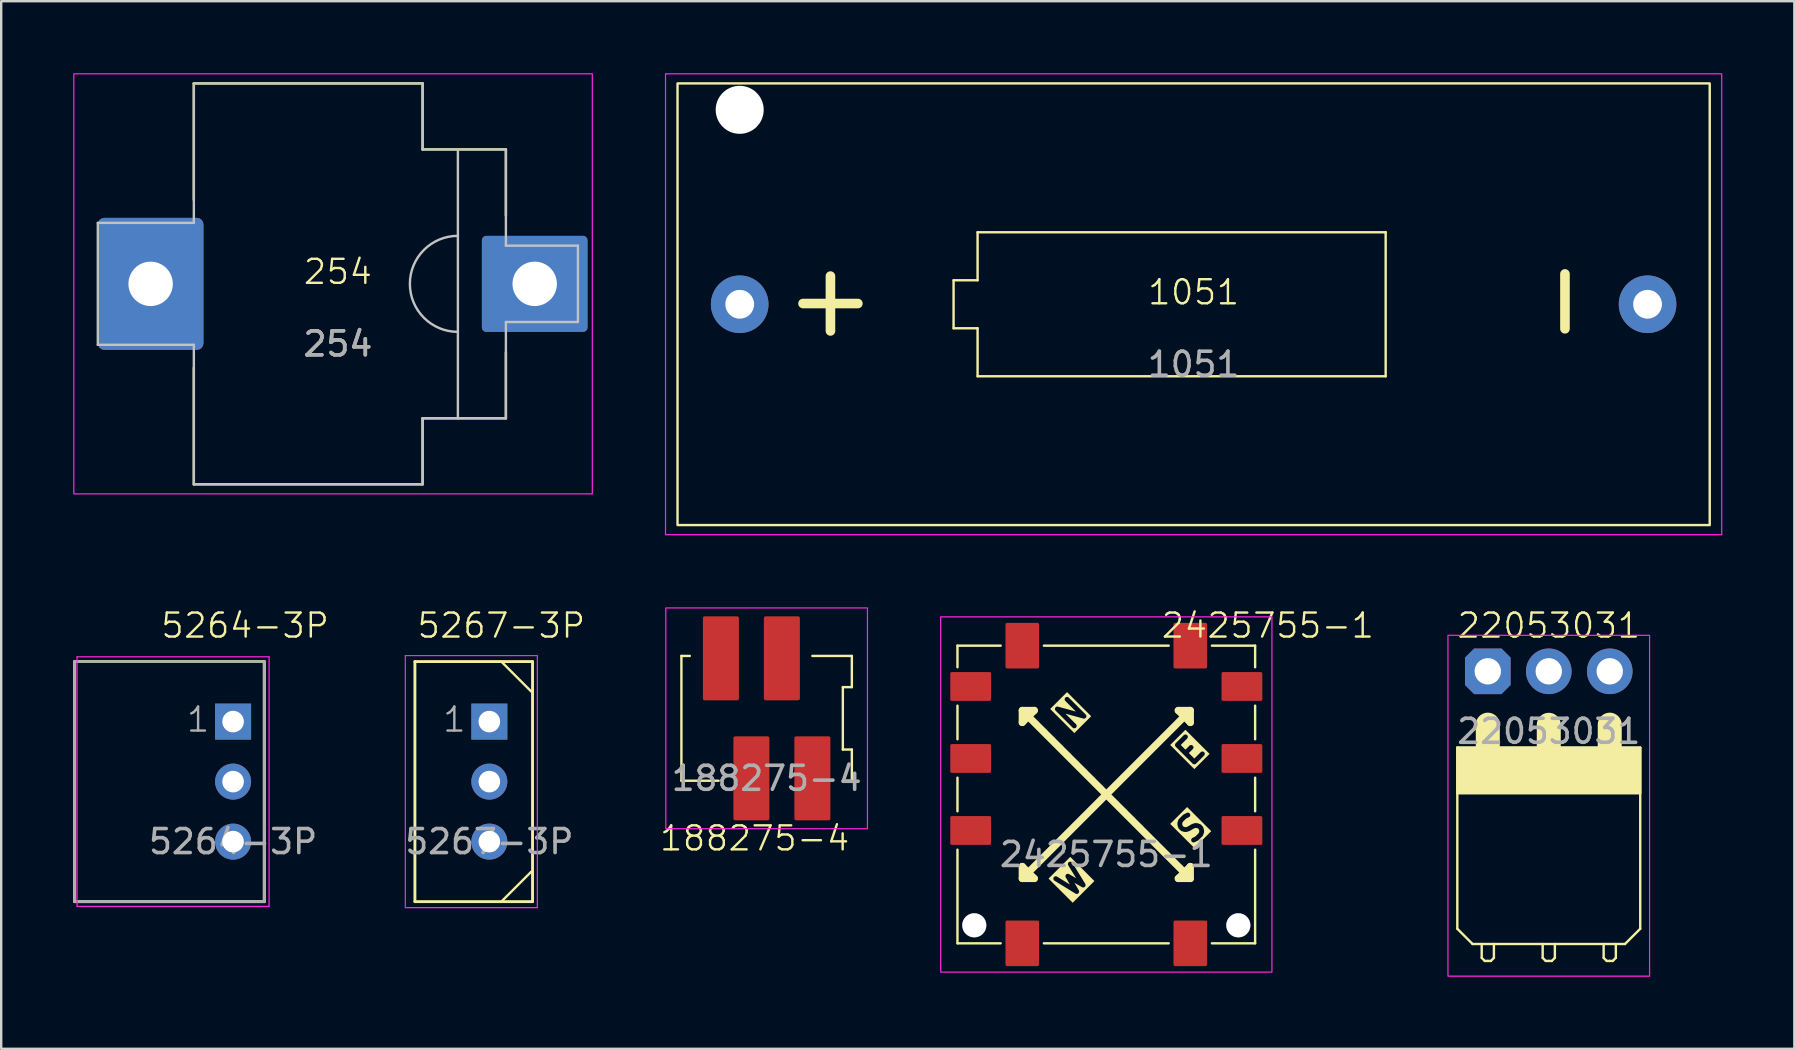
<source format=kicad_pcb>
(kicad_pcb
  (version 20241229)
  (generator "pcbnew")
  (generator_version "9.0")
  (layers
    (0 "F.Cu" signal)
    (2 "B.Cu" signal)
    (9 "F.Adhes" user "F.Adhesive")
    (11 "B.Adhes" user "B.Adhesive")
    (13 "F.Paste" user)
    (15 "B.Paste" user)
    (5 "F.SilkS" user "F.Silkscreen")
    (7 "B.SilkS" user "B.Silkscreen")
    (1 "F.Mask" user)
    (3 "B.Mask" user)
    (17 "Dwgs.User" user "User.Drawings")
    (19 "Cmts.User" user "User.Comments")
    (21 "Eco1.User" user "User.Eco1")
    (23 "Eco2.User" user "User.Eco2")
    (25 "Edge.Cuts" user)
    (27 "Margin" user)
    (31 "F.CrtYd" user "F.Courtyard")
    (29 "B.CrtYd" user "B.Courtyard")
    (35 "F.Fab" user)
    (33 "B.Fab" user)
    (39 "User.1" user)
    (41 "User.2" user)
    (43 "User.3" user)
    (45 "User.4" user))
  (footprint "5267-3P"
    (layer "F.Cu")
    (at 17.335 29.511)
    (property "Reference" "5267-3P" (at 0.5 -6.5 0) (unlocked yes) (layer "F.SilkS") (effects (font (size 1 1) (thickness 0.1))))
    (attr through_hole)
    (fp_line (start -3.1 -5) (end -3.1 5) (stroke (width 0.12) (type solid)) (layer "F.SilkS"))
    (fp_line (start -3.1 -5) (end 1.8 -5) (stroke (width 0.12) (type solid)) (layer "F.SilkS"))
    (fp_line (start -3.1 5) (end 1.8 5) (stroke (width 0.12) (type solid)) (layer "F.SilkS"))
    (fp_line (start 0.5 -5) (end 1.75 -3.75) (stroke (width 0.1) (type default)) (layer "F.SilkS"))
    (fp_line (start 0.5 5) (end 1.75 3.75) (stroke (width 0.1) (type default)) (layer "F.SilkS"))
    (fp_line (start 1.8 -5) (end 1.8 5) (stroke (width 0.12) (type solid)) (layer "F.SilkS"))
    (fp_line (start -3.5 -5.25) (end -3.5 5.25) (stroke (width 0.05) (type solid)) (layer "F.CrtYd"))
    (fp_line (start -3.5 5.25) (end 2 5.25) (stroke (width 0.05) (type solid)) (layer "F.CrtYd"))
    (fp_line (start 2 -5.25) (end -3.5 -5.25) (stroke (width 0.05) (type solid)) (layer "F.CrtYd"))
    (fp_line (start 2 -5.25) (end 2 5.25) (stroke (width 0.05) (type solid)) (layer "F.CrtYd"))
    (fp_text user "${REFERENCE}" (at 0 2.5 0) (unlocked yes) (layer "F.Fab") (effects (font (size 1 1) (thickness 0.15))))
    (fp_text user "1" (at -2 -2 0) (unlocked yes) (layer "F.Fab") (effects (font (size 1 1) (thickness 0.1)) (justify left bottom)))
    (pad "1" thru_hole rect (at 0 -2.5) (size 1.5 1.5) (drill 0.9) (layers "*.Cu" "*.Mask"))
    (pad "2" thru_hole oval (at 0 0) (size 1.5 1.5) (drill 0.9) (layers "*.Cu" "*.Mask"))
    (pad "3" thru_hole oval (at 0 2.5) (size 1.5 1.5) (drill 0.9) (layers "*.Cu" "*.Mask")))
  (footprint "1051"
    (layer "F.Cu")
    (at 46.675 9.625)
    (property "Reference" "1051" (at 0 -0.5 0) (unlocked yes) (layer "F.SilkS") (effects (font (size 1 1) (thickness 0.1))))
    (attr through_hole)
    (fp_line (start -10 -1) (end -9 -1) (stroke (width 0.1) (type default)) (layer "F.SilkS"))
    (fp_line (start -10 1) (end -10 -1) (stroke (width 0.1) (type default)) (layer "F.SilkS"))
    (fp_line (start -9 -3) (end 8 -3) (stroke (width 0.1) (type default)) (layer "F.SilkS"))
    (fp_line (start -9 -1) (end -9 -3) (stroke (width 0.1) (type default)) (layer "F.SilkS"))
    (fp_line (start -9 1) (end -10 1) (stroke (width 0.1) (type default)) (layer "F.SilkS"))
    (fp_line (start -9 3) (end -9 1) (stroke (width 0.1) (type default)) (layer "F.SilkS"))
    (fp_line (start 8 -3) (end 8 3) (stroke (width 0.1) (type default)) (layer "F.SilkS"))
    (fp_line (start 8 3) (end -9 3) (stroke (width 0.1) (type default)) (layer "F.SilkS"))
    (fp_rect (start -21.5 -9.2) (end 21.5 9.2) (stroke (width 0.1) (type default)) (fill no) (layer "F.SilkS"))
    (fp_rect (start -22 -9.6) (end 22 9.6) (stroke (width 0.05) (type default)) (fill no) (layer "F.CrtYd"))
    (fp_text user "-" (at 17 2 90) (unlocked yes) (layer "F.SilkS") (effects (font (size 3 3) (thickness 0.4)) (justify left bottom)))
    (fp_text user "+" (at -17.25 1.5 0) (unlocked yes) (layer "F.SilkS") (effects (font (size 3 3) (thickness 0.4)) (justify left bottom)))
    (fp_text user "${REFERENCE}" (at 0 2.5 0) (unlocked yes) (layer "F.Fab") (effects (font (size 1 1) (thickness 0.15))))
    (pad "" np_thru_hole circle (at -18.91 -8.1) (size 2 2) (drill 2) (layers "*.Cu" "*.Mask"))
    (pad "+" thru_hole circle (at -18.91 0) (size 2.4 2.4) (drill 1.2) (layers "*.Cu" "*.Mask"))
    (pad "-" thru_hole circle (at 18.91 0) (size 2.4 2.4) (drill 1.2) (layers "*.Cu" "*.Mask")))
  (footprint "5264-3P"
    (layer "F.Cu")
    (at 6.66 29.511)
    (property "Reference" "5264-3P" (at 0.5 -6.5 0) (unlocked yes) (layer "F.SilkS") (effects (font (size 1 1) (thickness 0.1))))
    (attr through_hole)
    (fp_line (start -6.6 -5) (end -6.6 5) (stroke (width 0.12) (type solid)) (layer "F.SilkS"))
    (fp_line (start -6.6 -5) (end 1.3 -5) (stroke (width 0.12) (type solid)) (layer "F.SilkS"))
    (fp_line (start -6.6 5) (end 1.3 5) (stroke (width 0.12) (type solid)) (layer "F.SilkS"))
    (fp_line (start 1.3 -5) (end 1.3 5) (stroke (width 0.12) (type solid)) (layer "F.SilkS"))
    (fp_line (start -6.5 -5.2) (end -6.5 5.2) (stroke (width 0.05) (type solid)) (layer "F.CrtYd"))
    (fp_line (start -6.5 5.2) (end 1.5 5.2) (stroke (width 0.05) (type solid)) (layer "F.CrtYd"))
    (fp_line (start 1.5 -5.2) (end -6.5 -5.2) (stroke (width 0.05) (type solid)) (layer "F.CrtYd"))
    (fp_line (start 1.5 -5.2) (end 1.5 5.2) (stroke (width 0.05) (type solid)) (layer "F.CrtYd"))
    (fp_line (start -6.6 -5) (end -6.6 5) (stroke (width 0.12) (type solid)) (layer "F.Fab"))
    (fp_line (start -6.6 -5) (end 1.2 -5) (stroke (width 0.12) (type solid)) (layer "F.Fab"))
    (fp_line (start -6.6 5) (end 1.3 5) (stroke (width 0.12) (type solid)) (layer "F.Fab"))
    (fp_line (start 1.3 -5) (end 1.3 5) (stroke (width 0.12) (type solid)) (layer "F.Fab"))
    (fp_text user "${REFERENCE}" (at 0 2.5 0) (unlocked yes) (layer "F.Fab") (effects (font (size 1 1) (thickness 0.15))))
    (fp_text user "1" (at -2 -2 0) (unlocked yes) (layer "F.Fab") (effects (font (size 1 1) (thickness 0.1)) (justify left bottom)))
    (pad "1" thru_hole rect (at 0 -2.5) (size 1.5 1.5) (drill 0.9) (layers "*.Cu" "*.Mask"))
    (pad "2" thru_hole oval (at 0 0) (size 1.5 1.5) (drill 0.9) (layers "*.Cu" "*.Mask"))
    (pad "3" thru_hole oval (at 0 2.5) (size 1.5 1.5) (drill 0.9) (layers "*.Cu" "*.Mask")))
  (footprint "22053031"
    (layer "F.Cu")
    (at 61.47 24.916)
    (property "Reference" "22053031" (at 0 -1.905 0) (unlocked yes) (layer "F.SilkS") (effects (font (size 1 1) (thickness 0.1))))
    (attr through_hole)
    (fp_line (start -3.81 10.725) (end -3.81 3.18) (stroke (width 0.1) (type default)) (layer "F.SilkS"))
    (fp_line (start -3.81 10.725) (end -3.175 11.36) (stroke (width 0.1) (type default)) (layer "F.SilkS"))
    (fp_line (start -3.175 11.36) (end 3.175 11.36) (stroke (width 0.1) (type default)) (layer "F.SilkS"))
    (fp_line (start -2.794 11.938) (end -2.794 11.36) (stroke (width 0.1) (type default)) (layer "F.SilkS"))
    (fp_line (start -2.667 12.065) (end -2.794 11.938) (stroke (width 0.1) (type default)) (layer "F.SilkS"))
    (fp_line (start -2.54 3.175) (end -2.54 2.223) (stroke (width 1) (type default)) (layer "F.SilkS"))
    (fp_line (start -2.54 12.065) (end -2.667 12.065) (stroke (width 0.1) (type default)) (layer "F.SilkS"))
    (fp_line (start -2.54 12.065) (end -2.413 12.065) (stroke (width 0.1) (type default)) (layer "F.SilkS"))
    (fp_line (start -2.413 12.065) (end -2.286 11.938) (stroke (width 0.1) (type default)) (layer "F.SilkS"))
    (fp_line (start -2.286 11.938) (end -2.286 11.36) (stroke (width 0.1) (type default)) (layer "F.SilkS"))
    (fp_line (start -0.254 11.938) (end -0.254 11.36) (stroke (width 0.1) (type default)) (layer "F.SilkS"))
    (fp_line (start -0.127 12.065) (end -0.254 11.938) (stroke (width 0.1) (type default)) (layer "F.SilkS"))
    (fp_line (start 0 3.18) (end 0 2.228) (stroke (width 1) (type default)) (layer "F.SilkS"))
    (fp_line (start 0 12.065) (end -0.127 12.065) (stroke (width 0.1) (type default)) (layer "F.SilkS"))
    (fp_line (start 0 12.065) (end 0.127 12.065) (stroke (width 0.1) (type default)) (layer "F.SilkS"))
    (fp_line (start 0.127 12.065) (end 0.254 11.938) (stroke (width 0.1) (type default)) (layer "F.SilkS"))
    (fp_line (start 0.254 11.938) (end 0.254 11.36) (stroke (width 0.1) (type default)) (layer "F.SilkS"))
    (fp_line (start 2.286 11.938) (end 2.286 11.36) (stroke (width 0.1) (type default)) (layer "F.SilkS"))
    (fp_line (start 2.413 12.065) (end 2.286 11.938) (stroke (width 0.1) (type default)) (layer "F.SilkS"))
    (fp_line (start 2.54 3.175) (end 2.54 2.223) (stroke (width 1) (type default)) (layer "F.SilkS"))
    (fp_line (start 2.54 12.065) (end 2.413 12.065) (stroke (width 0.1) (type default)) (layer "F.SilkS"))
    (fp_line (start 2.54 12.065) (end 2.667 12.065) (stroke (width 0.1) (type default)) (layer "F.SilkS"))
    (fp_line (start 2.667 12.065) (end 2.794 11.938) (stroke (width 0.1) (type default)) (layer "F.SilkS"))
    (fp_line (start 2.794 11.938) (end 2.794 11.36) (stroke (width 0.1) (type default)) (layer "F.SilkS"))
    (fp_line (start 3.81 3.18) (end -3.81 3.18) (stroke (width 0.1) (type default)) (layer "F.SilkS"))
    (fp_line (start 3.81 10.725) (end 3.175 11.36) (stroke (width 0.1) (type default)) (layer "F.SilkS"))
    (fp_line (start 3.81 10.725) (end 3.81 3.18) (stroke (width 0.1) (type default)) (layer "F.SilkS"))
    (fp_rect (start -3.81 3.18) (end 3.81 5.08) (stroke (width 0.1) (type default)) (fill yes) (layer "F.SilkS"))
    (fp_rect (start -4.2 -1.5) (end 4.2 12.7) (stroke (width 0.05) (type default)) (fill no) (layer "F.CrtYd"))
    (fp_text user "${REFERENCE}" (at 0 2.5 0) (unlocked yes) (layer "F.Fab") (effects (font (size 1 1) (thickness 0.15))))
    (pad "1" thru_hole roundrect (at -2.54 0) (size 1.9 1.9) (drill 1.1) (layers "*.Cu" "*.Mask") (roundrect_rratio 0.25) (chamfer_ratio 0.2) (chamfer top_left top_right bottom_left bottom_right))
    (pad "2" thru_hole circle (at 0 0) (size 1.9 1.9) (drill 1.1) (layers "*.Cu" "*.Mask"))
    (pad "3" thru_hole circle (at 2.54 0) (size 1.9 1.9) (drill 1.1) (layers "*.Cu" "*.Mask")))
  (footprint "2425755-1"
    (layer "F.Cu")
    (at 43.037 30.047)
    (property "Reference" "2425755-1" (at 6.729 -7.037 0) (unlocked yes) (layer "F.SilkS") (effects (font (size 1 1) (thickness 0.1))))
    (attr smd)
    (fp_line (start -6.2 -6.2) (end -6.2 -5.3) (stroke (width 0.1) (type default)) (layer "F.SilkS"))
    (fp_line (start -6.2 -3.7) (end -6.2 -2.3) (stroke (width 0.1) (type default)) (layer "F.SilkS"))
    (fp_line (start -6.2 0.7) (end -6.2 -0.7) (stroke (width 0.1) (type default)) (layer "F.SilkS"))
    (fp_line (start -6.2 6.2) (end -6.2 2.3) (stroke (width 0.1) (type default)) (layer "F.SilkS"))
    (fp_line (start -4.4 -6.2) (end -6.2 -6.2) (stroke (width 0.1) (type default)) (layer "F.SilkS"))
    (fp_line (start -4.4 6.2) (end -6.2 6.2) (stroke (width 0.1) (type default)) (layer "F.SilkS"))
    (fp_line (start -3.5 -3.5) (end -3 -3.5) (stroke (width 0.3) (type default)) (layer "F.SilkS"))
    (fp_line (start -3.5 -3) (end -3.5 -3.5) (stroke (width 0.3) (type default)) (layer "F.SilkS"))
    (fp_line (start -3.5 3) (end -3 3.5) (stroke (width 0.3) (type default)) (layer "F.SilkS"))
    (fp_line (start -3.5 3.5) (end -3.5 3) (stroke (width 0.3) (type default)) (layer "F.SilkS"))
    (fp_line (start -3 -3.5) (end -3.5 -3) (stroke (width 0.3) (type default)) (layer "F.SilkS"))
    (fp_line (start -3 3.5) (end -3.5 3.5) (stroke (width 0.3) (type default)) (layer "F.SilkS"))
    (fp_line (start -2.6 -6.2) (end 2.6 -6.2) (stroke (width 0.1) (type default)) (layer "F.SilkS"))
    (fp_line (start -2.6 6.2) (end 2.6 6.2) (stroke (width 0.1) (type default)) (layer "F.SilkS"))
    (fp_line (start 0 0) (end -3.25 -3.25) (stroke (width 0.3) (type default)) (layer "F.SilkS"))
    (fp_line (start 0 0) (end -3.25 3.25) (stroke (width 0.3) (type default)) (layer "F.SilkS"))
    (fp_line (start 0 0) (end 3.25 -3.25) (stroke (width 0.3) (type default)) (layer "F.SilkS"))
    (fp_line (start 0 0) (end 3.25 3.25) (stroke (width 0.3) (type default)) (layer "F.SilkS"))
    (fp_line (start 3 -3.5) (end 3.5 -3.5) (stroke (width 0.3) (type default)) (layer "F.SilkS"))
    (fp_line (start 3 3.5) (end 3.5 3) (stroke (width 0.3) (type default)) (layer "F.SilkS"))
    (fp_line (start 3.5 -3.5) (end 3.5 -3) (stroke (width 0.3) (type default)) (layer "F.SilkS"))
    (fp_line (start 3.5 -3) (end 3 -3.5) (stroke (width 0.3) (type default)) (layer "F.SilkS"))
    (fp_line (start 3.5 3) (end 3.5 3.5) (stroke (width 0.3) (type default)) (layer "F.SilkS"))
    (fp_line (start 3.5 3.5) (end 3 3.5) (stroke (width 0.3) (type default)) (layer "F.SilkS"))
    (fp_line (start 4.4 -6.2) (end 6.2 -6.2) (stroke (width 0.1) (type default)) (layer "F.SilkS"))
    (fp_line (start 4.4 6.2) (end 6.2 6.2) (stroke (width 0.1) (type default)) (layer "F.SilkS"))
    (fp_line (start 6.2 -6.2) (end 6.2 -5.3) (stroke (width 0.1) (type default)) (layer "F.SilkS"))
    (fp_line (start 6.2 -3.7) (end 6.2 -2.3) (stroke (width 0.1) (type default)) (layer "F.SilkS"))
    (fp_line (start 6.2 0.7) (end 6.2 -0.7) (stroke (width 0.1) (type default)) (layer "F.SilkS"))
    (fp_line (start 6.2 6.2) (end 6.2 2.3) (stroke (width 0.1) (type default)) (layer "F.SilkS"))
    (fp_rect (start -6.9 -7.4) (end 6.9 7.4) (stroke (width 0.05) (type default)) (fill no) (layer "F.CrtYd"))
    (fp_text user "S" (at 3.5 0.5 225) (unlocked yes) (layer "F.SilkS" knockout) (effects (font (size 1 1) (thickness 0.2) (bold yes)) (justify left bottom)))
    (fp_text user "W" (at -1.5 4.5 45) (unlocked yes) (layer "F.SilkS" knockout) (effects (font (size 1 1) (thickness 0.2) (bold yes)) (justify left bottom)))
    (fp_text user "N" (at -1.5 -2.5 45) (unlocked yes) (layer "F.SilkS" knockout) (effects (font (size 1 1) (thickness 0.2) (bold yes)) (justify left bottom)))
    (fp_text user "E" (at 3.5 -1 45) (unlocked yes) (layer "F.SilkS" knockout) (effects (font (size 1 1) (thickness 0.2) (bold yes)) (justify left bottom)))
    (fp_text user "${REFERENCE}" (at 0 2.5 0) (unlocked yes) (layer "F.Fab") (effects (font (size 1 1) (thickness 0.15))))
    (pad "1" smd roundrect (at -5.65 -4.5) (size 1.7 1.2) (layers "F.Cu" "F.Mask" "F.Paste") (roundrect_rratio 0.05))
    (pad "2" smd roundrect (at -5.65 -1.5) (size 1.7 1.2) (layers "F.Cu" "F.Mask" "F.Paste") (roundrect_rratio 0.05))
    (pad "3" smd roundrect (at -5.65 1.5 180) (size 1.7 1.2) (layers "F.Cu" "F.Mask" "F.Paste") (roundrect_rratio 0.05))
    (pad "4" smd roundrect (at 5.65 1.5 180) (size 1.7 1.2) (layers "F.Cu" "F.Mask" "F.Paste") (roundrect_rratio 0.05))
    (pad "5" smd roundrect (at 5.65 -1.5 180) (size 1.7 1.2) (layers "F.Cu" "F.Mask" "F.Paste") (roundrect_rratio 0.05))
    (pad "6" smd roundrect (at 5.65 -4.5) (size 1.7 1.2) (layers "F.Cu" "F.Mask" "F.Paste") (roundrect_rratio 0.05))
    (pad "NC" smd roundrect (at -3.5 -6.2) (size 1.4 1.9) (layers "F.Cu" "F.Mask" "F.Paste") (roundrect_rratio 0.05))
    (pad "NC" smd roundrect (at -3.5 6.2 180) (size 1.4 1.9) (layers "F.Cu" "F.Mask" "F.Paste") (roundrect_rratio 0.05))
    (pad "NC" smd roundrect (at 3.5 -6.2) (size 1.4 1.9) (layers "F.Cu" "F.Mask" "F.Paste") (roundrect_rratio 0.05))
    (pad "NC" smd roundrect (at 3.5 6.2 180) (size 1.4 1.9) (layers "F.Cu" "F.Mask" "F.Paste") (roundrect_rratio 0.05))
    (pad "SHIELD" thru_hole circle (at -5.5 5.45 180) (size 1.01 1.01) (drill 1) (layers "*.Cu"))
    (pad "SHIELD" thru_hole circle (at 5.5 5.45 180) (size 1.01 1.01) (drill 1) (layers "*.Cu")))
  (footprint "254"
    (layer "F.Cu")
    (at 11.025 8.775)
    (property "Reference" "254" (at 0 -0.5 0) (unlocked yes) (layer "F.SilkS") (effects (font (size 1 1) (thickness 0.1))))
    (attr smd)
    (fp_line (start -6 -3.5) (end -6 -8.35) (stroke (width 0.1) (type default)) (layer "F.SilkS"))
    (fp_line (start -6 3.5) (end -6 8.35) (stroke (width 0.1) (type default)) (layer "F.SilkS"))
    (fp_line (start 3.53 -8.35) (end -6 -8.35) (stroke (width 0.1) (type default)) (layer "F.SilkS"))
    (fp_line (start 3.53 -5.6) (end 3.53 -8.35) (stroke (width 0.1) (type default)) (layer "F.SilkS"))
    (fp_line (start 3.53 8.35) (end -6 8.35) (stroke (width 0.1) (type default)) (layer "F.SilkS"))
    (fp_line (start 3.53 8.35) (end 3.53 5.6) (stroke (width 0.1) (type default)) (layer "F.SilkS"))
    (fp_line (start 7 -5.6) (end 3.53 -5.6) (stroke (width 0.1) (type default)) (layer "F.SilkS"))
    (fp_line (start 7 -2.85) (end 7 -5.6) (stroke (width 0.1) (type default)) (layer "F.SilkS"))
    (fp_line (start 7 2.85) (end 7 5.6) (stroke (width 0.1) (type default)) (layer "F.SilkS"))
    (fp_line (start 7 5.6) (end 3.53 5.6) (stroke (width 0.1) (type default)) (layer "F.SilkS"))
    (fp_line (start -10 -2.54) (end -10 2.54) (stroke (width 0.1) (type default)) (layer "Dwgs.User"))
    (fp_line (start -10 -2.54) (end -6 -2.54) (stroke (width 0.1) (type default)) (layer "Dwgs.User"))
    (fp_line (start -6 -8.35) (end -6 -2.54) (stroke (width 0.1) (type default)) (layer "Dwgs.User"))
    (fp_line (start -6 2.54) (end -10 2.54) (stroke (width 0.1) (type default)) (layer "Dwgs.User"))
    (fp_line (start -6 8.35) (end -6 2.54) (stroke (width 0.1) (type default)) (layer "Dwgs.User"))
    (fp_line (start 3.53 -8.35) (end -6 -8.35) (stroke (width 0.1) (type default)) (layer "Dwgs.User"))
    (fp_line (start 3.53 -5.6) (end 3.53 -8.35) (stroke (width 0.1) (type default)) (layer "Dwgs.User"))
    (fp_line (start 3.53 5.6) (end 3.53 8.35) (stroke (width 0.1) (type default)) (layer "Dwgs.User"))
    (fp_line (start 3.53 8.35) (end -6 8.35) (stroke (width 0.1) (type default)) (layer "Dwgs.User"))
    (fp_line (start 5 -5.6) (end 5 5.6) (stroke (width 0.1) (type default)) (layer "Dwgs.User"))
    (fp_line (start 5 5.6) (end 3.53 5.6) (stroke (width 0.1) (type default)) (layer "Dwgs.User"))
    (fp_line (start 7 -5.6) (end 3.53 -5.6) (stroke (width 0.1) (type default)) (layer "Dwgs.User"))
    (fp_line (start 7 -1.59) (end 7 -5.6) (stroke (width 0.1) (type default)) (layer "Dwgs.User"))
    (fp_line (start 7 -1.59) (end 10 -1.59) (stroke (width 0.1) (type default)) (layer "Dwgs.User"))
    (fp_line (start 7 1.59) (end 10 1.59) (stroke (width 0.1) (type default)) (layer "Dwgs.User"))
    (fp_line (start 7 5.6) (end 5 5.6) (stroke (width 0.1) (type default)) (layer "Dwgs.User"))
    (fp_line (start 7 5.6) (end 7 1.59) (stroke (width 0.1) (type default)) (layer "Dwgs.User"))
    (fp_line (start 10 -1.59) (end 10 1.59) (stroke (width 0.1) (type default)) (layer "Dwgs.User"))
    (fp_arc (start 5 2) (mid 3 0) (end 5 -2) (stroke (width 0.1) (type default)) (layer "Dwgs.User"))
    (fp_rect (start -11 -8.75) (end 10.6 8.75) (stroke (width 0.05) (type default)) (fill no) (layer "F.CrtYd"))
    (fp_text user "${REFERENCE}" (at 0 2.5 0) (unlocked yes) (layer "F.Fab") (effects (font (size 1 1) (thickness 0.15))))
    (fp_text user "${REFERENCE}" (at 0 2.5 0) (unlocked yes) (layer "F.Fab") (effects (font (size 1 1) (thickness 0.15))))
    (pad "1" thru_hole roundrect (at -7.8 0) (size 4.4 5.5) (drill 1.85) (layers "*.Cu" "*.Mask") (roundrect_rratio 0.062))
    (pad "1" thru_hole roundrect (at 8.2 0) (size 4.4 4) (drill 1.85) (layers "*.Cu" "*.Mask") (roundrect_rratio 0.045)))
  (footprint "188275-4"
    (layer "F.Cu")
    (at 28.887 26.875)
    (property "Reference" "188275-4" (at -0.5 5 0) (unlocked yes) (layer "F.SilkS") (effects (font (size 1 1) (thickness 0.1))))
    (attr smd)
    (fp_line (start -3.55 -2.6) (end -3.2 -2.6) (stroke (width 0.1) (type default)) (layer "F.SilkS"))
    (fp_line (start -3.55 2.6) (end -3.55 -2.6) (stroke (width 0.1) (type default)) (layer "F.SilkS"))
    (fp_line (start -3.55 2.6) (end -2 2.6) (stroke (width 0.1) (type default)) (layer "F.SilkS"))
    (fp_line (start 1.905 -2.6) (end 3.55 -2.6) (stroke (width 0.1) (type default)) (layer "F.SilkS"))
    (fp_line (start 3.175 -1.3) (end 3.175 1.3) (stroke (width 0.1) (type default)) (layer "F.SilkS"))
    (fp_line (start 3.55 -2.6) (end 3.55 -1.3) (stroke (width 0.1) (type default)) (layer "F.SilkS"))
    (fp_line (start 3.55 -1.3) (end 3.175 -1.3) (stroke (width 0.1) (type default)) (layer "F.SilkS"))
    (fp_line (start 3.55 1.3) (end 3.175 1.3) (stroke (width 0.1) (type default)) (layer "F.SilkS"))
    (fp_line (start 3.55 1.3) (end 3.55 2.6) (stroke (width 0.1) (type default)) (layer "F.SilkS"))
    (fp_line (start 3.55 2.6) (end 3.175 2.6) (stroke (width 0.1) (type default)) (layer "F.SilkS"))
    (fp_rect (start -4.2 -4.6) (end 4.2 4.6) (stroke (width 0.05) (type default)) (fill no) (layer "F.CrtYd"))
    (fp_text user "${REFERENCE}" (at 0 2.5 0) (unlocked yes) (layer "F.Fab") (effects (font (size 1 1) (thickness 0.15))))
    (pad "1" smd roundrect (at 1.905 2.5 90) (size 3.5 1.5) (layers "F.Cu" "F.Mask" "F.Paste") (roundrect_rratio 0.05))
    (pad "2" smd roundrect (at 0.635 -2.5) (size 1.5 3.5) (layers "F.Cu" "F.Mask" "F.Paste") (roundrect_rratio 0.05))
    (pad "3" smd roundrect (at -0.635 2.5 90) (size 3.5 1.5) (layers "F.Cu" "F.Mask" "F.Paste") (roundrect_rratio 0.05))
    (pad "4" smd roundrect (at -1.905 -2.5 90) (size 3.5 1.5) (layers "F.Cu" "F.Mask" "F.Paste") (roundrect_rratio 0.05)))
  (gr_rect
    (start -3 -3)
    (end 71.7 40.641)
    (stroke (width 0.1) (type default))
    (fill no)
    (layer "Edge.Cuts")))
</source>
